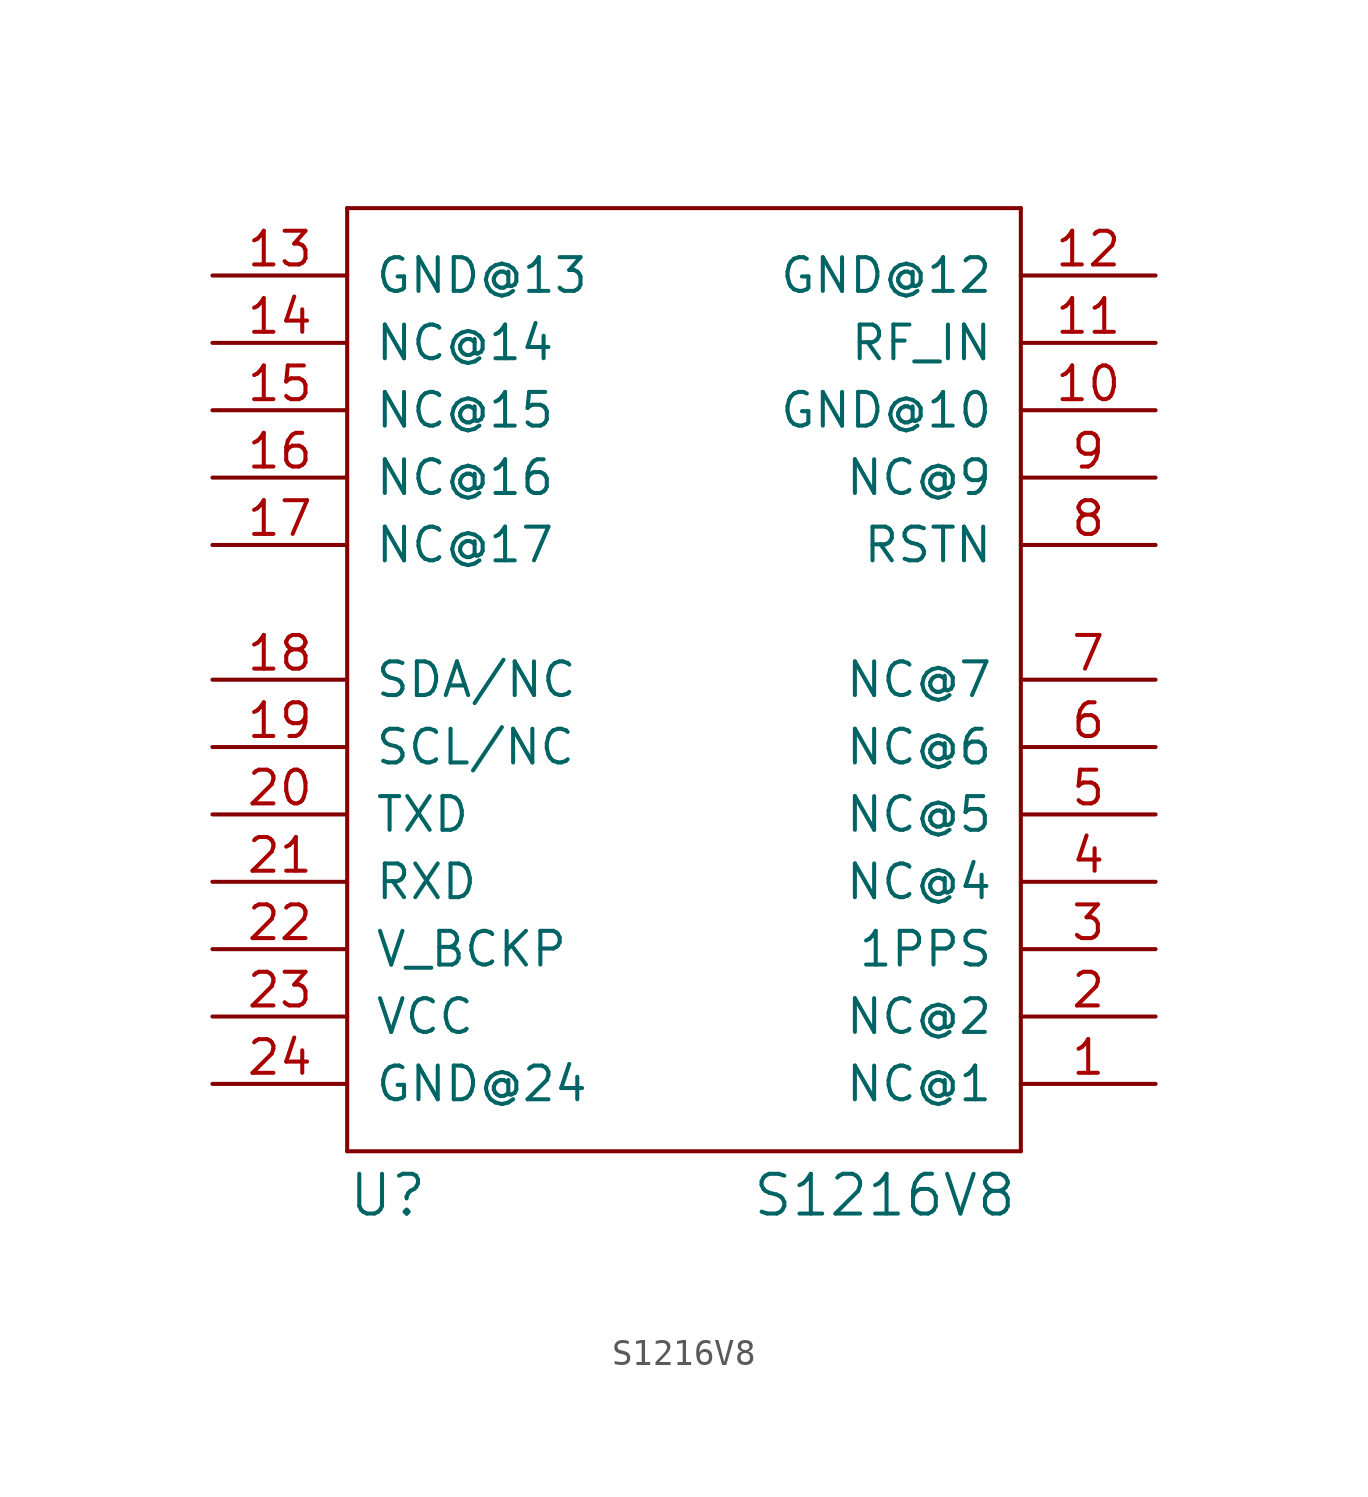
<source format=kicad_sym>
(kicad_symbol_lib
  (version 20211014)
  (generator kicad_symbol_editor)
  (symbol "S1216V8"
    (pin_names
      (offset 1.016))
    (property "Reference" "U"
      (at -12.7 -20.32 0)
      (effects (font (size 1.499 1.499)) (justify left bottom)))
    (property "Value" "S1216V8"
      (at 2.54 -20.32 0)
      (effects (font (size 1.499 1.499)) (justify left bottom)))
    (property "ki_locked" ""
      (at 0 0 0)
      (effects (font (size 1.27 1.27))))
    (symbol "S1216V8_1_0"
      (polyline (pts (xy -12.7 -17.78) (xy 12.7 -17.78)) (stroke (width 0) (type default) (color 0 0 0 0)) (fill (type none)))
      (polyline (pts (xy -12.7 17.78) (xy -12.7 -17.78)) (stroke (width 0) (type default) (color 0 0 0 0)) (fill (type none)))
      (polyline (pts (xy 12.7 -17.78) (xy 12.7 17.78)) (stroke (width 0) (type default) (color 0 0 0 0)) (fill (type none)))
      (polyline (pts (xy 12.7 17.78) (xy -12.7 17.78)) (stroke (width 0) (type default) (color 0 0 0 0)) (fill (type none)))
      (pin bidirectional line (at 17.78 -15.24 180) (length 5.08) (name "NC@1" (effects (font (size 1.27 1.27)))) (number "1" (effects (font (size 1.27 1.27)))))
      (pin bidirectional line (at 17.78 10.16 180) (length 5.08) (name "GND@10" (effects (font (size 1.27 1.27)))) (number "10" (effects (font (size 1.27 1.27)))))
      (pin bidirectional line (at 17.78 12.7 180) (length 5.08) (name "RF_IN" (effects (font (size 1.27 1.27)))) (number "11" (effects (font (size 1.27 1.27)))))
      (pin bidirectional line (at 17.78 15.24 180) (length 5.08) (name "GND@12" (effects (font (size 1.27 1.27)))) (number "12" (effects (font (size 1.27 1.27)))))
      (pin bidirectional line (at -17.78 15.24 0) (length 5.08) (name "GND@13" (effects (font (size 1.27 1.27)))) (number "13" (effects (font (size 1.27 1.27)))))
      (pin bidirectional line (at -17.78 12.7 0) (length 5.08) (name "NC@14" (effects (font (size 1.27 1.27)))) (number "14" (effects (font (size 1.27 1.27)))))
      (pin bidirectional line (at -17.78 10.16 0) (length 5.08) (name "NC@15" (effects (font (size 1.27 1.27)))) (number "15" (effects (font (size 1.27 1.27)))))
      (pin bidirectional line (at -17.78 7.62 0) (length 5.08) (name "NC@16" (effects (font (size 1.27 1.27)))) (number "16" (effects (font (size 1.27 1.27)))))
      (pin bidirectional line (at -17.78 5.08 0) (length 5.08) (name "NC@17" (effects (font (size 1.27 1.27)))) (number "17" (effects (font (size 1.27 1.27)))))
      (pin bidirectional line (at -17.78 0 0) (length 5.08) (name "SDA/NC" (effects (font (size 1.27 1.27)))) (number "18" (effects (font (size 1.27 1.27)))))
      (pin bidirectional line (at -17.78 -2.54 0) (length 5.08) (name "SCL/NC" (effects (font (size 1.27 1.27)))) (number "19" (effects (font (size 1.27 1.27)))))
      (pin bidirectional line (at 17.78 -12.7 180) (length 5.08) (name "NC@2" (effects (font (size 1.27 1.27)))) (number "2" (effects (font (size 1.27 1.27)))))
      (pin bidirectional line (at -17.78 -5.08 0) (length 5.08) (name "TXD" (effects (font (size 1.27 1.27)))) (number "20" (effects (font (size 1.27 1.27)))))
      (pin bidirectional line (at -17.78 -7.62 0) (length 5.08) (name "RXD" (effects (font (size 1.27 1.27)))) (number "21" (effects (font (size 1.27 1.27)))))
      (pin bidirectional line (at -17.78 -10.16 0) (length 5.08) (name "V_BCKP" (effects (font (size 1.27 1.27)))) (number "22" (effects (font (size 1.27 1.27)))))
      (pin bidirectional line (at -17.78 -12.7 0) (length 5.08) (name "VCC" (effects (font (size 1.27 1.27)))) (number "23" (effects (font (size 1.27 1.27)))))
      (pin bidirectional line (at -17.78 -15.24 0) (length 5.08) (name "GND@24" (effects (font (size 1.27 1.27)))) (number "24" (effects (font (size 1.27 1.27)))))
      (pin bidirectional line (at 17.78 -10.16 180) (length 5.08) (name "1PPS" (effects (font (size 1.27 1.27)))) (number "3" (effects (font (size 1.27 1.27)))))
      (pin bidirectional line (at 17.78 -7.62 180) (length 5.08) (name "NC@4" (effects (font (size 1.27 1.27)))) (number "4" (effects (font (size 1.27 1.27)))))
      (pin bidirectional line (at 17.78 -5.08 180) (length 5.08) (name "NC@5" (effects (font (size 1.27 1.27)))) (number "5" (effects (font (size 1.27 1.27)))))
      (pin bidirectional line (at 17.78 -2.54 180) (length 5.08) (name "NC@6" (effects (font (size 1.27 1.27)))) (number "6" (effects (font (size 1.27 1.27)))))
      (pin bidirectional line (at 17.78 0 180) (length 5.08) (name "NC@7" (effects (font (size 1.27 1.27)))) (number "7" (effects (font (size 1.27 1.27)))))
      (pin bidirectional line (at 17.78 5.08 180) (length 5.08) (name "RSTN" (effects (font (size 1.27 1.27)))) (number "8" (effects (font (size 1.27 1.27)))))
      (pin bidirectional line (at 17.78 7.62 180) (length 5.08) (name "NC@9" (effects (font (size 1.27 1.27)))) (number "9" (effects (font (size 1.27 1.27))))))))
</source>
